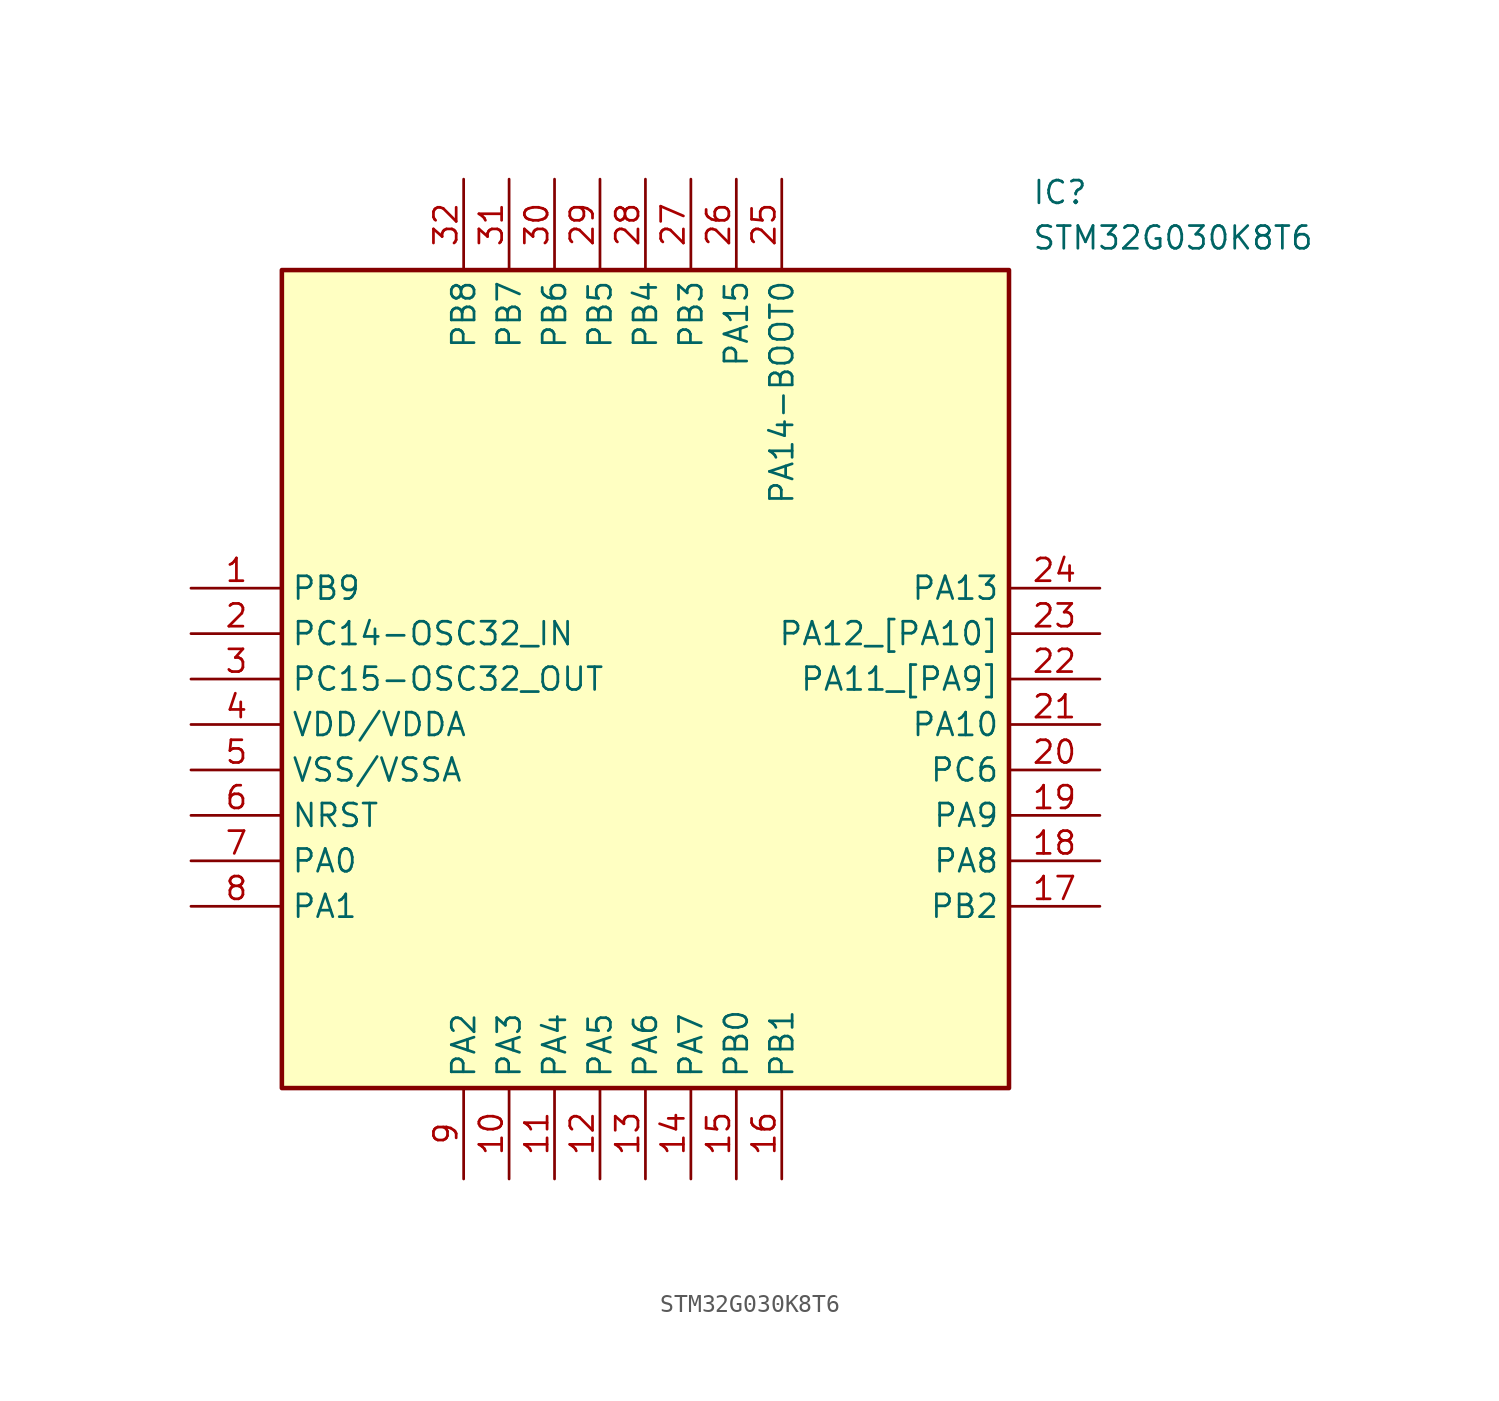
<source format=kicad_sym>
(kicad_symbol_lib
  (version 20220914)
  (generator SamacSys_ECAD_Model)
  (symbol "STM32G030K8T6"
    (property "Reference" "IC"
      (at 46.99 22.86 0)
      (effects (font (size 1.27 1.27)) (justify left top)))
    (property "Value" "STM32G030K8T6"
      (at 46.99 20.32 0)
      (effects (font (size 1.27 1.27)) (justify left top)))
    (rectangle
      (start 5.08 17.78)
      (end 45.72 -27.94)
      (stroke (width 0.254) (type default))
      (fill (type background)))
    (pin passive line
      (at 0 0 0)
      (length 5.08)
      (name "PB9" (effects (font (size 1.27 1.27))))
      (number "1" (effects (font (size 1.27 1.27)))))
    (pin passive line
      (at 0 -2.54 0)
      (length 5.08)
      (name "PC14-OSC32_IN" (effects (font (size 1.27 1.27))))
      (number "2" (effects (font (size 1.27 1.27)))))
    (pin passive line
      (at 0 -5.08 0)
      (length 5.08)
      (name "PC15-OSC32_OUT" (effects (font (size 1.27 1.27))))
      (number "3" (effects (font (size 1.27 1.27)))))
    (pin passive line
      (at 0 -7.62 0)
      (length 5.08)
      (name "VDD/VDDA" (effects (font (size 1.27 1.27))))
      (number "4" (effects (font (size 1.27 1.27)))))
    (pin passive line
      (at 0 -10.16 0)
      (length 5.08)
      (name "VSS/VSSA" (effects (font (size 1.27 1.27))))
      (number "5" (effects (font (size 1.27 1.27)))))
    (pin passive line
      (at 0 -12.7 0)
      (length 5.08)
      (name "NRST" (effects (font (size 1.27 1.27))))
      (number "6" (effects (font (size 1.27 1.27)))))
    (pin passive line
      (at 0 -15.24 0)
      (length 5.08)
      (name "PA0" (effects (font (size 1.27 1.27))))
      (number "7" (effects (font (size 1.27 1.27)))))
    (pin passive line
      (at 0 -17.78 0)
      (length 5.08)
      (name "PA1" (effects (font (size 1.27 1.27))))
      (number "8" (effects (font (size 1.27 1.27)))))
    (pin passive line
      (at 15.24 -33.02 90)
      (length 5.08)
      (name "PA2" (effects (font (size 1.27 1.27))))
      (number "9" (effects (font (size 1.27 1.27)))))
    (pin passive line
      (at 17.78 -33.02 90)
      (length 5.08)
      (name "PA3" (effects (font (size 1.27 1.27))))
      (number "10" (effects (font (size 1.27 1.27)))))
    (pin passive line
      (at 20.32 -33.02 90)
      (length 5.08)
      (name "PA4" (effects (font (size 1.27 1.27))))
      (number "11" (effects (font (size 1.27 1.27)))))
    (pin passive line
      (at 22.86 -33.02 90)
      (length 5.08)
      (name "PA5" (effects (font (size 1.27 1.27))))
      (number "12" (effects (font (size 1.27 1.27)))))
    (pin passive line
      (at 25.4 -33.02 90)
      (length 5.08)
      (name "PA6" (effects (font (size 1.27 1.27))))
      (number "13" (effects (font (size 1.27 1.27)))))
    (pin passive line
      (at 27.94 -33.02 90)
      (length 5.08)
      (name "PA7" (effects (font (size 1.27 1.27))))
      (number "14" (effects (font (size 1.27 1.27)))))
    (pin passive line
      (at 30.48 -33.02 90)
      (length 5.08)
      (name "PB0" (effects (font (size 1.27 1.27))))
      (number "15" (effects (font (size 1.27 1.27)))))
    (pin passive line
      (at 33.02 -33.02 90)
      (length 5.08)
      (name "PB1" (effects (font (size 1.27 1.27))))
      (number "16" (effects (font (size 1.27 1.27)))))
    (pin passive line
      (at 50.8 0 180)
      (length 5.08)
      (name "PA13" (effects (font (size 1.27 1.27))))
      (number "24" (effects (font (size 1.27 1.27)))))
    (pin passive line
      (at 50.8 -2.54 180)
      (length 5.08)
      (name "PA12_[PA10]" (effects (font (size 1.27 1.27))))
      (number "23" (effects (font (size 1.27 1.27)))))
    (pin passive line
      (at 50.8 -5.08 180)
      (length 5.08)
      (name "PA11_[PA9]" (effects (font (size 1.27 1.27))))
      (number "22" (effects (font (size 1.27 1.27)))))
    (pin passive line
      (at 50.8 -7.62 180)
      (length 5.08)
      (name "PA10" (effects (font (size 1.27 1.27))))
      (number "21" (effects (font (size 1.27 1.27)))))
    (pin passive line
      (at 50.8 -10.16 180)
      (length 5.08)
      (name "PC6" (effects (font (size 1.27 1.27))))
      (number "20" (effects (font (size 1.27 1.27)))))
    (pin passive line
      (at 50.8 -12.7 180)
      (length 5.08)
      (name "PA9" (effects (font (size 1.27 1.27))))
      (number "19" (effects (font (size 1.27 1.27)))))
    (pin passive line
      (at 50.8 -15.24 180)
      (length 5.08)
      (name "PA8" (effects (font (size 1.27 1.27))))
      (number "18" (effects (font (size 1.27 1.27)))))
    (pin passive line
      (at 50.8 -17.78 180)
      (length 5.08)
      (name "PB2" (effects (font (size 1.27 1.27))))
      (number "17" (effects (font (size 1.27 1.27)))))
    (pin passive line
      (at 15.24 22.86 270)
      (length 5.08)
      (name "PB8" (effects (font (size 1.27 1.27))))
      (number "32" (effects (font (size 1.27 1.27)))))
    (pin passive line
      (at 17.78 22.86 270)
      (length 5.08)
      (name "PB7" (effects (font (size 1.27 1.27))))
      (number "31" (effects (font (size 1.27 1.27)))))
    (pin passive line
      (at 20.32 22.86 270)
      (length 5.08)
      (name "PB6" (effects (font (size 1.27 1.27))))
      (number "30" (effects (font (size 1.27 1.27)))))
    (pin passive line
      (at 22.86 22.86 270)
      (length 5.08)
      (name "PB5" (effects (font (size 1.27 1.27))))
      (number "29" (effects (font (size 1.27 1.27)))))
    (pin passive line
      (at 25.4 22.86 270)
      (length 5.08)
      (name "PB4" (effects (font (size 1.27 1.27))))
      (number "28" (effects (font (size 1.27 1.27)))))
    (pin passive line
      (at 27.94 22.86 270)
      (length 5.08)
      (name "PB3" (effects (font (size 1.27 1.27))))
      (number "27" (effects (font (size 1.27 1.27)))))
    (pin passive line
      (at 30.48 22.86 270)
      (length 5.08)
      (name "PA15" (effects (font (size 1.27 1.27))))
      (number "26" (effects (font (size 1.27 1.27)))))
    (pin passive line
      (at 33.02 22.86 270)
      (length 5.08)
      (name "PA14-BOOT0" (effects (font (size 1.27 1.27))))
      (number "25" (effects (font (size 1.27 1.27)))))))
</source>
